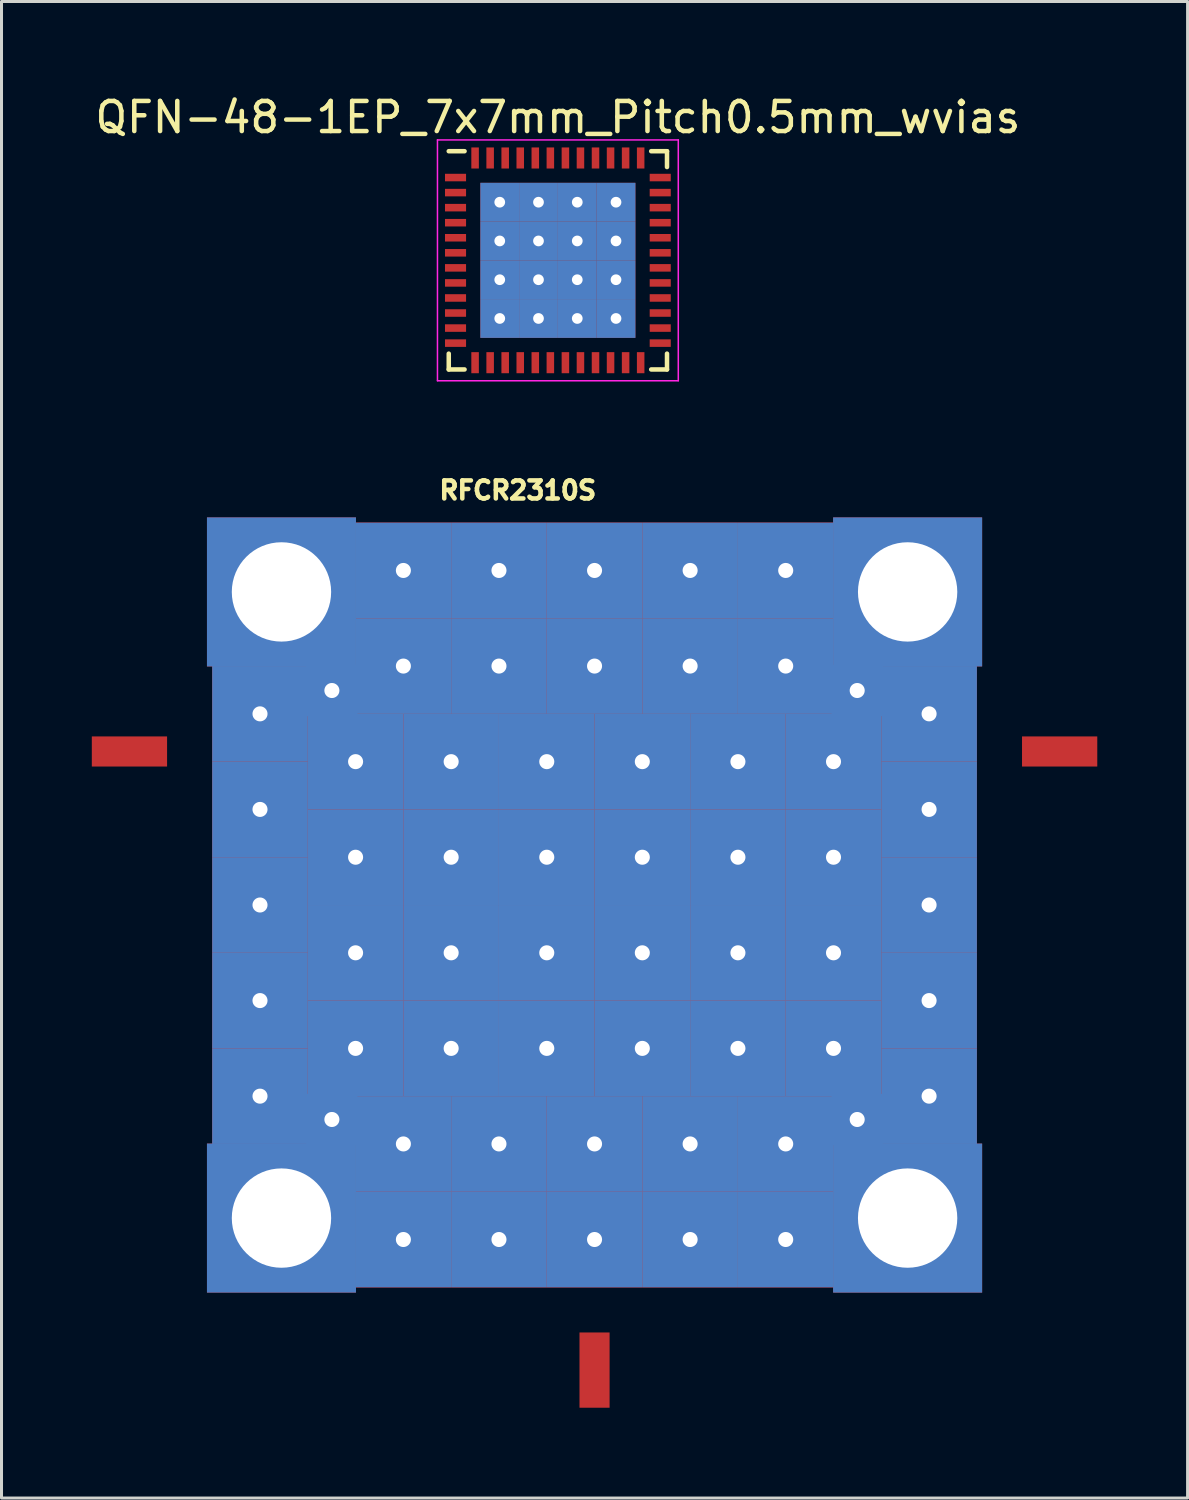
<source format=kicad_pcb>
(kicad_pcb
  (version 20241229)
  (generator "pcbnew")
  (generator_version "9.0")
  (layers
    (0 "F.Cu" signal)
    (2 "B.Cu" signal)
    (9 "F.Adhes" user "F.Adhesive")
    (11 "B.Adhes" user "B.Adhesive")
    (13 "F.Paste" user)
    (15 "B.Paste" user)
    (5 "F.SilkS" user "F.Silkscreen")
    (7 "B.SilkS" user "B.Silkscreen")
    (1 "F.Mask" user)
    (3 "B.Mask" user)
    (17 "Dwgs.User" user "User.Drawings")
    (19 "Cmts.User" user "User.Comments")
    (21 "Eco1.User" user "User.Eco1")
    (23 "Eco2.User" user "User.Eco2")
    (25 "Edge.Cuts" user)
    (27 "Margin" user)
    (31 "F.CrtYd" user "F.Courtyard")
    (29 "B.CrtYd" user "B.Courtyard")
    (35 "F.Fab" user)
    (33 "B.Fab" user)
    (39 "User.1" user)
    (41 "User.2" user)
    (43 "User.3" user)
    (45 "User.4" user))
  (footprint "QFN-48-1EP_7x7mm_Pitch0.5mm_wvias"
    (layer "F.Cu")
    (at 15.482 5.598)
    (property "Reference" "QFN-48-1EP_7x7mm_Pitch0.5mm_wvias" (at 0 -4.75 0) (layer "F.SilkS") (effects (font (size 1 1) (thickness 0.15))))
    (attr smd)
    (fp_line (start -3.625 -3.625) (end -3.1 -3.625) (stroke (width 0.15) (type solid)) (layer "F.SilkS"))
    (fp_line (start -3.625 3.625) (end -3.625 3.1) (stroke (width 0.15) (type solid)) (layer "F.SilkS"))
    (fp_line (start -3.625 3.625) (end -3.1 3.625) (stroke (width 0.15) (type solid)) (layer "F.SilkS"))
    (fp_line (start 3.625 -3.625) (end 3.1 -3.625) (stroke (width 0.15) (type solid)) (layer "F.SilkS"))
    (fp_line (start 3.625 -3.625) (end 3.625 -3.1) (stroke (width 0.15) (type solid)) (layer "F.SilkS"))
    (fp_line (start 3.625 3.625) (end 3.1 3.625) (stroke (width 0.15) (type solid)) (layer "F.SilkS"))
    (fp_line (start 3.625 3.625) (end 3.625 3.1) (stroke (width 0.15) (type solid)) (layer "F.SilkS"))
    (fp_line (start -4 -4) (end -4 4) (stroke (width 0.05) (type solid)) (layer "F.CrtYd"))
    (fp_line (start -4 -4) (end 4 -4) (stroke (width 0.05) (type solid)) (layer "F.CrtYd"))
    (fp_line (start -4 4) (end 4 4) (stroke (width 0.05) (type solid)) (layer "F.CrtYd"))
    (fp_line (start 4 -4) (end 4 4) (stroke (width 0.05) (type solid)) (layer "F.CrtYd"))
    (pad "1" smd rect (at -3.4 -2.75) (size 0.7 0.25) (layers "F.Cu" "F.Mask" "F.Paste"))
    (pad "2" smd rect (at -3.4 -2.25) (size 0.7 0.25) (layers "F.Cu" "F.Mask" "F.Paste"))
    (pad "3" smd rect (at -3.4 -1.75) (size 0.7 0.25) (layers "F.Cu" "F.Mask" "F.Paste"))
    (pad "4" smd rect (at -3.4 -1.25) (size 0.7 0.25) (layers "F.Cu" "F.Mask" "F.Paste"))
    (pad "5" smd rect (at -3.4 -0.75) (size 0.7 0.25) (layers "F.Cu" "F.Mask" "F.Paste"))
    (pad "6" smd rect (at -3.4 -0.25) (size 0.7 0.25) (layers "F.Cu" "F.Mask" "F.Paste"))
    (pad "7" smd rect (at -3.4 0.25) (size 0.7 0.25) (layers "F.Cu" "F.Mask" "F.Paste"))
    (pad "8" smd rect (at -3.4 0.75) (size 0.7 0.25) (layers "F.Cu" "F.Mask" "F.Paste"))
    (pad "9" smd rect (at -3.4 1.25) (size 0.7 0.25) (layers "F.Cu" "F.Mask" "F.Paste"))
    (pad "10" smd rect (at -3.4 1.75) (size 0.7 0.25) (layers "F.Cu" "F.Mask" "F.Paste"))
    (pad "11" smd rect (at -3.4 2.25) (size 0.7 0.25) (layers "F.Cu" "F.Mask" "F.Paste"))
    (pad "12" smd rect (at -3.4 2.75) (size 0.7 0.25) (layers "F.Cu" "F.Mask" "F.Paste"))
    (pad "13" smd rect (at -2.75 3.4 90) (size 0.7 0.25) (layers "F.Cu" "F.Mask" "F.Paste"))
    (pad "14" smd rect (at -2.25 3.4 90) (size 0.7 0.25) (layers "F.Cu" "F.Mask" "F.Paste"))
    (pad "15" smd rect (at -1.75 3.4 90) (size 0.7 0.25) (layers "F.Cu" "F.Mask" "F.Paste"))
    (pad "16" smd rect (at -1.25 3.4 90) (size 0.7 0.25) (layers "F.Cu" "F.Mask" "F.Paste"))
    (pad "17" smd rect (at -0.75 3.4 90) (size 0.7 0.25) (layers "F.Cu" "F.Mask" "F.Paste"))
    (pad "18" smd rect (at -0.25 3.4 90) (size 0.7 0.25) (layers "F.Cu" "F.Mask" "F.Paste"))
    (pad "19" smd rect (at 0.25 3.4 90) (size 0.7 0.25) (layers "F.Cu" "F.Mask" "F.Paste"))
    (pad "20" smd rect (at 0.75 3.4 90) (size 0.7 0.25) (layers "F.Cu" "F.Mask" "F.Paste"))
    (pad "21" smd rect (at 1.25 3.4 90) (size 0.7 0.25) (layers "F.Cu" "F.Mask" "F.Paste"))
    (pad "22" smd rect (at 1.75 3.4 90) (size 0.7 0.25) (layers "F.Cu" "F.Mask" "F.Paste"))
    (pad "23" smd rect (at 2.25 3.4 90) (size 0.7 0.25) (layers "F.Cu" "F.Mask" "F.Paste"))
    (pad "24" smd rect (at 2.75 3.4 90) (size 0.7 0.25) (layers "F.Cu" "F.Mask" "F.Paste"))
    (pad "25" smd rect (at 3.4 2.75) (size 0.7 0.25) (layers "F.Cu" "F.Mask" "F.Paste"))
    (pad "26" smd rect (at 3.4 2.25) (size 0.7 0.25) (layers "F.Cu" "F.Mask" "F.Paste"))
    (pad "27" smd rect (at 3.4 1.75) (size 0.7 0.25) (layers "F.Cu" "F.Mask" "F.Paste"))
    (pad "28" smd rect (at 3.4 1.25) (size 0.7 0.25) (layers "F.Cu" "F.Mask" "F.Paste"))
    (pad "29" smd rect (at 3.4 0.75) (size 0.7 0.25) (layers "F.Cu" "F.Mask" "F.Paste"))
    (pad "30" smd rect (at 3.4 0.25) (size 0.7 0.25) (layers "F.Cu" "F.Mask" "F.Paste"))
    (pad "31" smd rect (at 3.4 -0.25) (size 0.7 0.25) (layers "F.Cu" "F.Mask" "F.Paste"))
    (pad "32" smd rect (at 3.4 -0.75) (size 0.7 0.25) (layers "F.Cu" "F.Mask" "F.Paste"))
    (pad "33" smd rect (at 3.4 -1.25) (size 0.7 0.25) (layers "F.Cu" "F.Mask" "F.Paste"))
    (pad "34" smd rect (at 3.4 -1.75) (size 0.7 0.25) (layers "F.Cu" "F.Mask" "F.Paste"))
    (pad "35" smd rect (at 3.4 -2.25) (size 0.7 0.25) (layers "F.Cu" "F.Mask" "F.Paste"))
    (pad "36" smd rect (at 3.4 -2.75) (size 0.7 0.25) (layers "F.Cu" "F.Mask" "F.Paste"))
    (pad "37" smd rect (at 2.75 -3.4 90) (size 0.7 0.25) (layers "F.Cu" "F.Mask" "F.Paste"))
    (pad "38" smd rect (at 2.25 -3.4 90) (size 0.7 0.25) (layers "F.Cu" "F.Mask" "F.Paste"))
    (pad "39" smd rect (at 1.75 -3.4 90) (size 0.7 0.25) (layers "F.Cu" "F.Mask" "F.Paste"))
    (pad "40" smd rect (at 1.25 -3.4 90) (size 0.7 0.25) (layers "F.Cu" "F.Mask" "F.Paste"))
    (pad "41" smd rect (at 0.75 -3.4 90) (size 0.7 0.25) (layers "F.Cu" "F.Mask" "F.Paste"))
    (pad "42" smd rect (at 0.25 -3.4 90) (size 0.7 0.25) (layers "F.Cu" "F.Mask" "F.Paste"))
    (pad "43" smd rect (at -0.25 -3.4 90) (size 0.7 0.25) (layers "F.Cu" "F.Mask" "F.Paste"))
    (pad "44" smd rect (at -0.75 -3.4 90) (size 0.7 0.25) (layers "F.Cu" "F.Mask" "F.Paste"))
    (pad "45" smd rect (at -1.25 -3.4 90) (size 0.7 0.25) (layers "F.Cu" "F.Mask" "F.Paste"))
    (pad "46" smd rect (at -1.75 -3.4 90) (size 0.7 0.25) (layers "F.Cu" "F.Mask" "F.Paste"))
    (pad "47" smd rect (at -2.25 -3.4 90) (size 0.7 0.25) (layers "F.Cu" "F.Mask" "F.Paste"))
    (pad "48" smd rect (at -2.75 -3.4 90) (size 0.7 0.25) (layers "F.Cu" "F.Mask" "F.Paste"))
    (pad "49" thru_hole rect (at -1.931 -1.931) (size 1.288 1.288) (drill 0.356) (layers "*.Cu" "*.Mask" "F.Paste"))
    (pad "49" thru_hole rect (at -1.931 -0.644) (size 1.288 1.288) (drill 0.356) (layers "*.Cu" "*.Mask" "F.Paste"))
    (pad "49" thru_hole rect (at -1.931 0.644) (size 1.288 1.288) (drill 0.356) (layers "*.Cu" "*.Mask" "F.Paste"))
    (pad "49" thru_hole rect (at -1.931 1.931) (size 1.288 1.288) (drill 0.356) (layers "*.Cu" "*.Mask" "F.Paste"))
    (pad "49" thru_hole rect (at -0.644 -1.931) (size 1.288 1.288) (drill 0.356) (layers "*.Cu" "*.Mask" "F.Paste"))
    (pad "49" thru_hole rect (at -0.644 -0.644) (size 1.288 1.288) (drill 0.356) (layers "*.Cu" "*.Mask" "F.Paste"))
    (pad "49" thru_hole rect (at -0.644 0.644) (size 1.288 1.288) (drill 0.356) (layers "*.Cu" "*.Mask" "F.Paste"))
    (pad "49" thru_hole rect (at -0.644 1.931) (size 1.288 1.288) (drill 0.356) (layers "*.Cu" "*.Mask" "F.Paste"))
    (pad "49" thru_hole rect (at 0.644 -1.931) (size 1.288 1.288) (drill 0.356) (layers "*.Cu" "*.Mask" "F.Paste"))
    (pad "49" thru_hole rect (at 0.644 -0.644) (size 1.288 1.288) (drill 0.356) (layers "*.Cu" "*.Mask" "F.Paste"))
    (pad "49" thru_hole rect (at 0.644 0.644) (size 1.288 1.288) (drill 0.356) (layers "*.Cu" "*.Mask" "F.Paste"))
    (pad "49" thru_hole rect (at 0.644 1.931) (size 1.288 1.288) (drill 0.356) (layers "*.Cu" "*.Mask" "F.Paste"))
    (pad "49" thru_hole rect (at 1.931 -1.931) (size 1.288 1.288) (drill 0.356) (layers "*.Cu" "*.Mask" "F.Paste"))
    (pad "49" thru_hole rect (at 1.931 -0.644) (size 1.288 1.288) (drill 0.356) (layers "*.Cu" "*.Mask" "F.Paste"))
    (pad "49" thru_hole rect (at 1.931 0.644) (size 1.288 1.288) (drill 0.356) (layers "*.Cu" "*.Mask" "F.Paste"))
    (pad "49" thru_hole rect (at 1.931 1.931) (size 1.288 1.288) (drill 0.356) (layers "*.Cu" "*.Mask" "F.Paste")))
  (footprint "RFCR2310S"
    (layer "F.Cu")
    (at 16.7 21.913)
    (property "Reference" "RFCR2310S" (at -2.55 -8.675 0) (layer "F.SilkS") (effects (font (size 0.6 0.6) (thickness 0.15))))
    (attr through_hole)
    (pad "1" smd rect (at -15.45 0) (size 2.5 1) (layers "F.Cu" "F.Mask" "F.Paste"))
    (pad "2" smd rect (at 15.45 0) (size 2.5 1) (layers "F.Cu" "F.Mask" "F.Paste"))
    (pad "3" smd rect (at 0 20.55 90) (size 2.5 1) (layers "F.Cu" "F.Mask" "F.Paste"))
    (pad "4" thru_hole rect (at -11.113 -1.25) (size 3.175 3.175) (drill 0.5) (layers "*.Cu" "*.Mask"))
    (pad "4" thru_hole rect (at -11.113 1.925) (size 3.175 3.175) (drill 0.5) (layers "*.Cu" "*.Mask"))
    (pad "4" thru_hole rect (at -11.113 5.1) (size 3.175 3.175) (drill 0.5) (layers "*.Cu" "*.Mask"))
    (pad "4" thru_hole rect (at -11.113 8.275) (size 3.175 3.175) (drill 0.5) (layers "*.Cu" "*.Mask"))
    (pad "4" thru_hole rect (at -11.113 11.45) (size 3.175 3.175) (drill 0.5) (layers "*.Cu" "*.Mask"))
    (pad "4" thru_hole rect (at -10.4 -5.3) (size 4.95 4.95) (drill 3.3) (layers "*.Cu" "*.Mask"))
    (pad "4" thru_hole rect (at -10.4 15.5) (size 4.95 4.95) (drill 3.3) (layers "*.Cu" "*.Mask"))
    (pad "4" thru_hole rect (at -8.725 -2.025) (size 1.7 1.7) (drill 0.5) (layers "*.Cu" "*.Mask"))
    (pad "4" thru_hole rect (at -8.725 12.225) (size 1.7 1.7) (drill 0.5) (layers "*.Cu" "*.Mask"))
    (pad "4" thru_hole rect (at -7.938 0.338) (size 3.175 3.175) (drill 0.5) (layers "*.Cu" "*.Mask"))
    (pad "4" thru_hole rect (at -7.938 3.513) (size 3.175 3.175) (drill 0.5) (layers "*.Cu" "*.Mask"))
    (pad "4" thru_hole rect (at -7.938 6.688) (size 3.175 3.175) (drill 0.5) (layers "*.Cu" "*.Mask"))
    (pad "4" thru_hole rect (at -7.938 9.863) (size 3.175 3.175) (drill 0.5) (layers "*.Cu" "*.Mask"))
    (pad "4" thru_hole rect (at -6.35 -6.013) (size 3.175 3.175) (drill 0.5) (layers "*.Cu" "*.Mask"))
    (pad "4" thru_hole rect (at -6.35 -2.837) (size 3.175 3.175) (drill 0.5) (layers "*.Cu" "*.Mask"))
    (pad "4" thru_hole rect (at -6.35 13.037) (size 3.175 3.175) (drill 0.5) (layers "*.Cu" "*.Mask"))
    (pad "4" thru_hole rect (at -6.35 16.212) (size 3.175 3.175) (drill 0.5) (layers "*.Cu" "*.Mask"))
    (pad "4" thru_hole rect (at -4.763 0.338) (size 3.175 3.175) (drill 0.5) (layers "*.Cu" "*.Mask"))
    (pad "4" thru_hole rect (at -4.763 3.513) (size 3.175 3.175) (drill 0.5) (layers "*.Cu" "*.Mask"))
    (pad "4" thru_hole rect (at -4.763 6.688) (size 3.175 3.175) (drill 0.5) (layers "*.Cu" "*.Mask"))
    (pad "4" thru_hole rect (at -4.763 9.863) (size 3.175 3.175) (drill 0.5) (layers "*.Cu" "*.Mask"))
    (pad "4" thru_hole rect (at -3.175 -6.013) (size 3.175 3.175) (drill 0.5) (layers "*.Cu" "*.Mask"))
    (pad "4" thru_hole rect (at -3.175 -2.837) (size 3.175 3.175) (drill 0.5) (layers "*.Cu" "*.Mask"))
    (pad "4" thru_hole rect (at -3.175 13.037) (size 3.175 3.175) (drill 0.5) (layers "*.Cu" "*.Mask"))
    (pad "4" thru_hole rect (at -3.175 16.212) (size 3.175 3.175) (drill 0.5) (layers "*.Cu" "*.Mask"))
    (pad "4" thru_hole rect (at -1.587 0.338) (size 3.175 3.175) (drill 0.5) (layers "*.Cu" "*.Mask"))
    (pad "4" thru_hole rect (at -1.587 3.513) (size 3.175 3.175) (drill 0.5) (layers "*.Cu" "*.Mask"))
    (pad "4" thru_hole rect (at -1.587 6.688) (size 3.175 3.175) (drill 0.5) (layers "*.Cu" "*.Mask"))
    (pad "4" thru_hole rect (at -1.587 9.863) (size 3.175 3.175) (drill 0.5) (layers "*.Cu" "*.Mask"))
    (pad "4" thru_hole rect (at 0 -6.013) (size 3.175 3.175) (drill 0.5) (layers "*.Cu" "*.Mask"))
    (pad "4" thru_hole rect (at 0 -2.837) (size 3.175 3.175) (drill 0.5) (layers "*.Cu" "*.Mask"))
    (pad "4" smd rect (at 0 5.1) (size 25.4 25.4) (layers "F.Cu" "F.Mask" "F.Paste"))
    (pad "4" thru_hole rect (at 0 13.037) (size 3.175 3.175) (drill 0.5) (layers "*.Cu" "*.Mask"))
    (pad "4" thru_hole rect (at 0 16.212) (size 3.175 3.175) (drill 0.5) (layers "*.Cu" "*.Mask"))
    (pad "4" thru_hole rect (at 1.587 0.338) (size 3.175 3.175) (drill 0.5) (layers "*.Cu" "*.Mask"))
    (pad "4" thru_hole rect (at 1.587 3.513) (size 3.175 3.175) (drill 0.5) (layers "*.Cu" "*.Mask"))
    (pad "4" thru_hole rect (at 1.587 6.688) (size 3.175 3.175) (drill 0.5) (layers "*.Cu" "*.Mask"))
    (pad "4" thru_hole rect (at 1.587 9.863) (size 3.175 3.175) (drill 0.5) (layers "*.Cu" "*.Mask"))
    (pad "4" thru_hole rect (at 3.175 -6.013) (size 3.175 3.175) (drill 0.5) (layers "*.Cu" "*.Mask"))
    (pad "4" thru_hole rect (at 3.175 -2.837) (size 3.175 3.175) (drill 0.5) (layers "*.Cu" "*.Mask"))
    (pad "4" thru_hole rect (at 3.175 13.037) (size 3.175 3.175) (drill 0.5) (layers "*.Cu" "*.Mask"))
    (pad "4" thru_hole rect (at 3.175 16.212) (size 3.175 3.175) (drill 0.5) (layers "*.Cu" "*.Mask"))
    (pad "4" thru_hole rect (at 4.763 0.338) (size 3.175 3.175) (drill 0.5) (layers "*.Cu" "*.Mask"))
    (pad "4" thru_hole rect (at 4.763 3.513) (size 3.175 3.175) (drill 0.5) (layers "*.Cu" "*.Mask"))
    (pad "4" thru_hole rect (at 4.763 6.688) (size 3.175 3.175) (drill 0.5) (layers "*.Cu" "*.Mask"))
    (pad "4" thru_hole rect (at 4.763 9.863) (size 3.175 3.175) (drill 0.5) (layers "*.Cu" "*.Mask"))
    (pad "4" thru_hole rect (at 6.35 -6.013) (size 3.175 3.175) (drill 0.5) (layers "*.Cu" "*.Mask"))
    (pad "4" thru_hole rect (at 6.35 -2.837) (size 3.175 3.175) (drill 0.5) (layers "*.Cu" "*.Mask"))
    (pad "4" thru_hole rect (at 6.35 13.037) (size 3.175 3.175) (drill 0.5) (layers "*.Cu" "*.Mask"))
    (pad "4" thru_hole rect (at 6.35 16.212) (size 3.175 3.175) (drill 0.5) (layers "*.Cu" "*.Mask"))
    (pad "4" thru_hole rect (at 7.938 0.338) (size 3.175 3.175) (drill 0.5) (layers "*.Cu" "*.Mask"))
    (pad "4" thru_hole rect (at 7.938 3.513) (size 3.175 3.175) (drill 0.5) (layers "*.Cu" "*.Mask"))
    (pad "4" thru_hole rect (at 7.938 6.688) (size 3.175 3.175) (drill 0.5) (layers "*.Cu" "*.Mask"))
    (pad "4" thru_hole rect (at 7.938 9.863) (size 3.175 3.175) (drill 0.5) (layers "*.Cu" "*.Mask"))
    (pad "4" thru_hole rect (at 8.725 -2.025) (size 1.7 1.7) (drill 0.5) (layers "*.Cu" "*.Mask"))
    (pad "4" thru_hole rect (at 8.725 12.225) (size 1.7 1.7) (drill 0.5) (layers "*.Cu" "*.Mask"))
    (pad "4" thru_hole rect (at 10.4 -5.3) (size 4.95 4.95) (drill 3.3) (layers "*.Cu" "*.Mask"))
    (pad "4" thru_hole rect (at 10.4 15.5) (size 4.95 4.95) (drill 3.3) (layers "*.Cu" "*.Mask"))
    (pad "4" thru_hole rect (at 11.113 -1.25) (size 3.175 3.175) (drill 0.5) (layers "*.Cu" "*.Mask"))
    (pad "4" thru_hole rect (at 11.113 1.925) (size 3.175 3.175) (drill 0.5) (layers "*.Cu" "*.Mask"))
    (pad "4" thru_hole rect (at 11.113 5.1) (size 3.175 3.175) (drill 0.5) (layers "*.Cu" "*.Mask"))
    (pad "4" thru_hole rect (at 11.113 8.275) (size 3.175 3.175) (drill 0.5) (layers "*.Cu" "*.Mask"))
    (pad "4" thru_hole rect (at 11.113 11.45) (size 3.175 3.175) (drill 0.5) (layers "*.Cu" "*.Mask")))
  (gr_rect
    (start -3 -3)
    (end 36.4 46.712)
    (stroke (width 0.1) (type default))
    (fill no)
    (layer "Edge.Cuts")))
</source>
